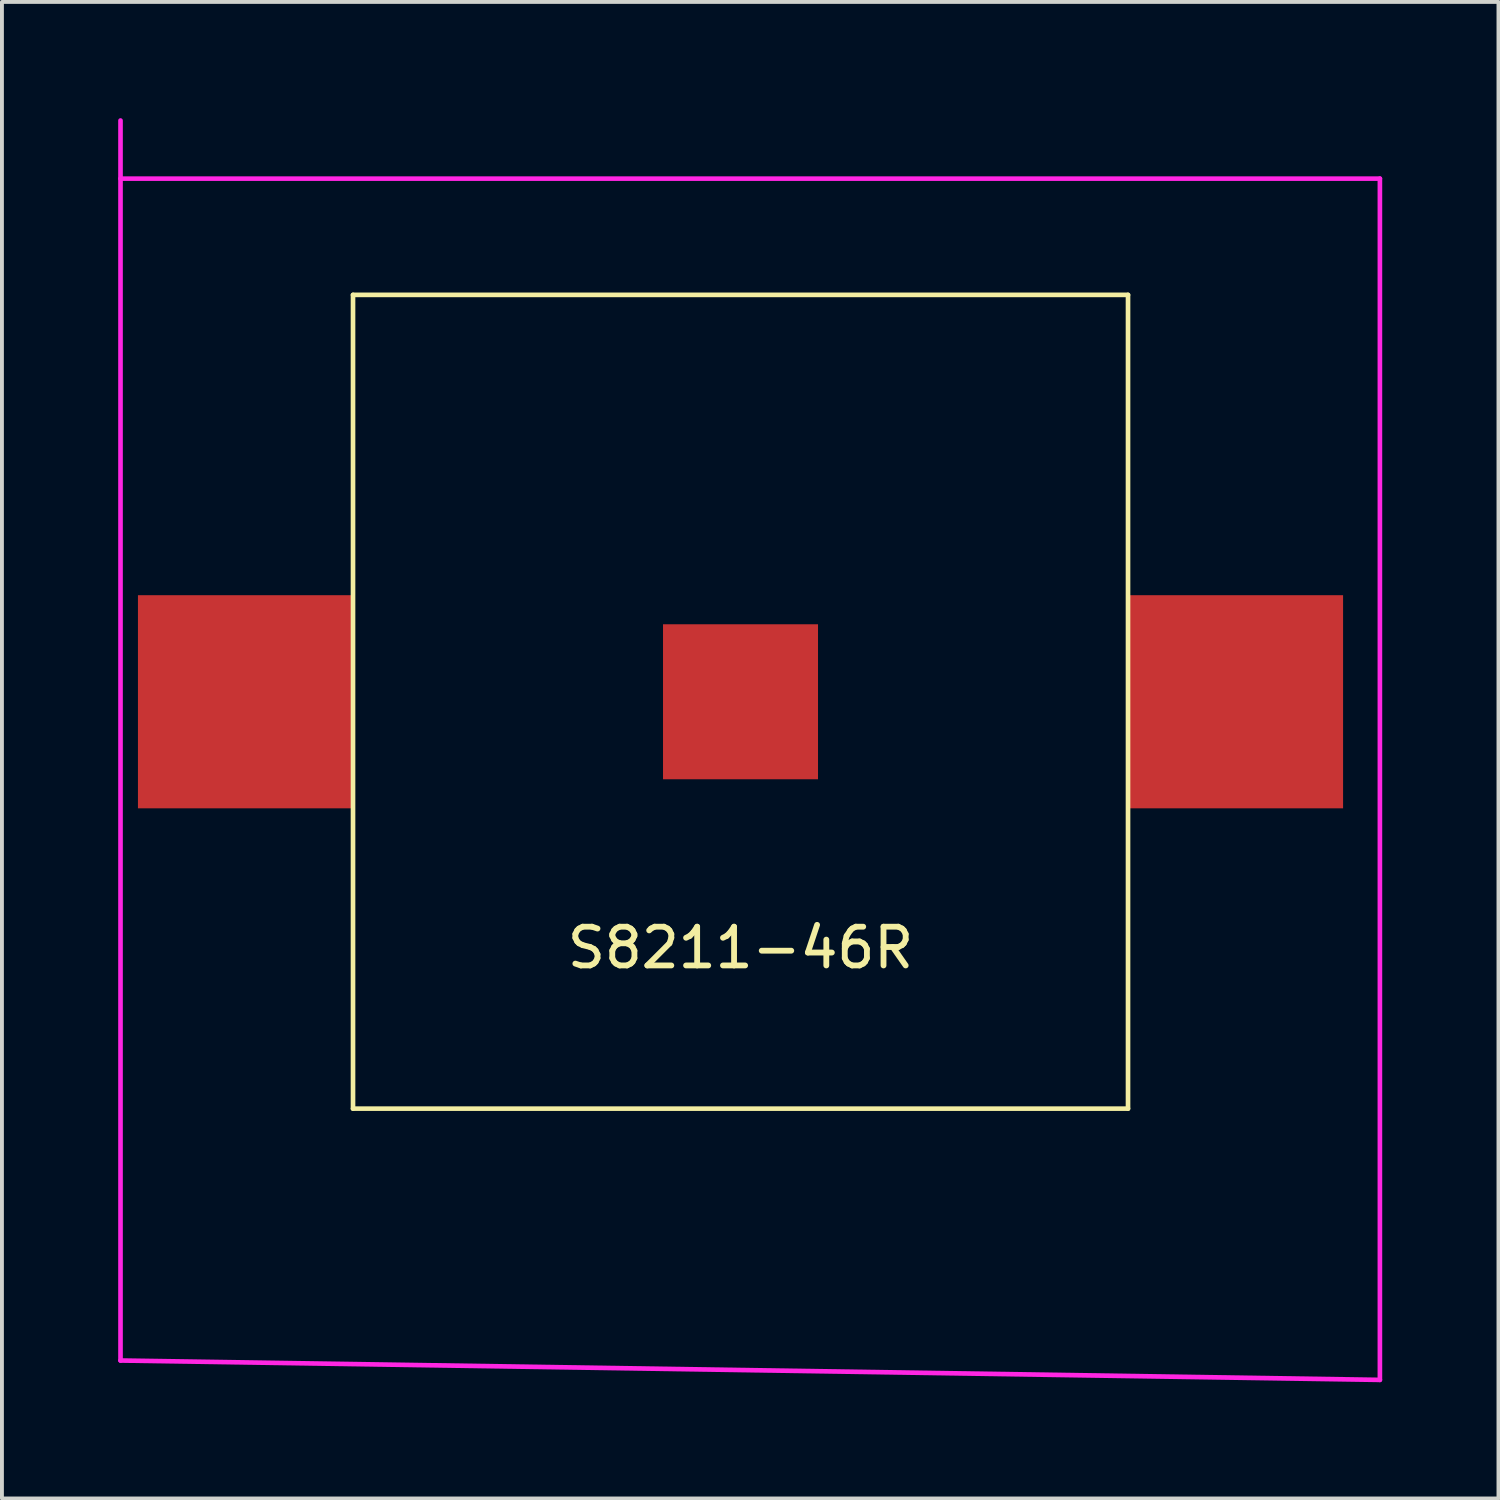
<source format=kicad_pcb>
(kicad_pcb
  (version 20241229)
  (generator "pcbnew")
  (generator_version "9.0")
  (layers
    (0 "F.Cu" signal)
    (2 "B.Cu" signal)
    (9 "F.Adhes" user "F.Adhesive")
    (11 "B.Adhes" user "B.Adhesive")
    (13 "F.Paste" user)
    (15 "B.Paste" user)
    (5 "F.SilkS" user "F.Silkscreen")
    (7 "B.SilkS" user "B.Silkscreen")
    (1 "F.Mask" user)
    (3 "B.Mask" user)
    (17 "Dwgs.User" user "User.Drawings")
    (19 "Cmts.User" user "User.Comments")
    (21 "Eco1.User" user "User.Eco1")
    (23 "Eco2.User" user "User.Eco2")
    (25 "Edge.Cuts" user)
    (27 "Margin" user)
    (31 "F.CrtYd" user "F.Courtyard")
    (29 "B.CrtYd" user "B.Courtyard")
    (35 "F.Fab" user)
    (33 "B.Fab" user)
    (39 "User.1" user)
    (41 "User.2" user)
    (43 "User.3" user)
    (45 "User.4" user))
  (footprint "S8211-46R"
    (layer "F.Cu")
    (at 16.06 15.06)
    (property "Reference" "S8211-46R" (at 0 6.35 0) (layer "F.SilkS") (effects (font (size 1 1) (thickness 0.15))))
    (attr through_hole)
    (fp_line (start -10 -10.5) (end 10 -10.5) (stroke (width 0.12) (type solid)) (layer "F.SilkS"))
    (fp_line (start -10 10.5) (end -10 -10.5) (stroke (width 0.12) (type solid)) (layer "F.SilkS"))
    (fp_line (start 10 -10.5) (end 10 10.5) (stroke (width 0.12) (type solid)) (layer "F.SilkS"))
    (fp_line (start 10 10.5) (end -10 10.5) (stroke (width 0.12) (type solid)) (layer "F.SilkS"))
    (fp_line (start -16 -15) (end -16 17) (stroke (width 0.12) (type solid)) (layer "F.CrtYd"))
    (fp_line (start -16 17) (end 16.5 17.5) (stroke (width 0.12) (type solid)) (layer "F.CrtYd"))
    (fp_line (start 16.5 -13.5) (end -16 -13.5) (stroke (width 0.12) (type solid)) (layer "F.CrtYd"))
    (fp_line (start 16.5 17.5) (end 16.5 -13.5) (stroke (width 0.12) (type solid)) (layer "F.CrtYd"))
    (pad "1" smd rect (at -12.8 0) (size 5.5 5.5) (layers "F.Cu" "F.Mask" "F.Paste"))
    (pad "1" smd rect (at 12.8 0) (size 5.5 5.5) (layers "F.Cu" "F.Mask" "F.Paste"))
    (pad "2" smd rect (at 0 0) (size 4 4) (layers "F.Cu" "F.Mask" "F.Paste")))
  (gr_rect
    (start -3 -3)
    (end 35.62 35.62)
    (stroke (width 0.1) (type default))
    (fill no)
    (layer "Edge.Cuts")))
</source>
